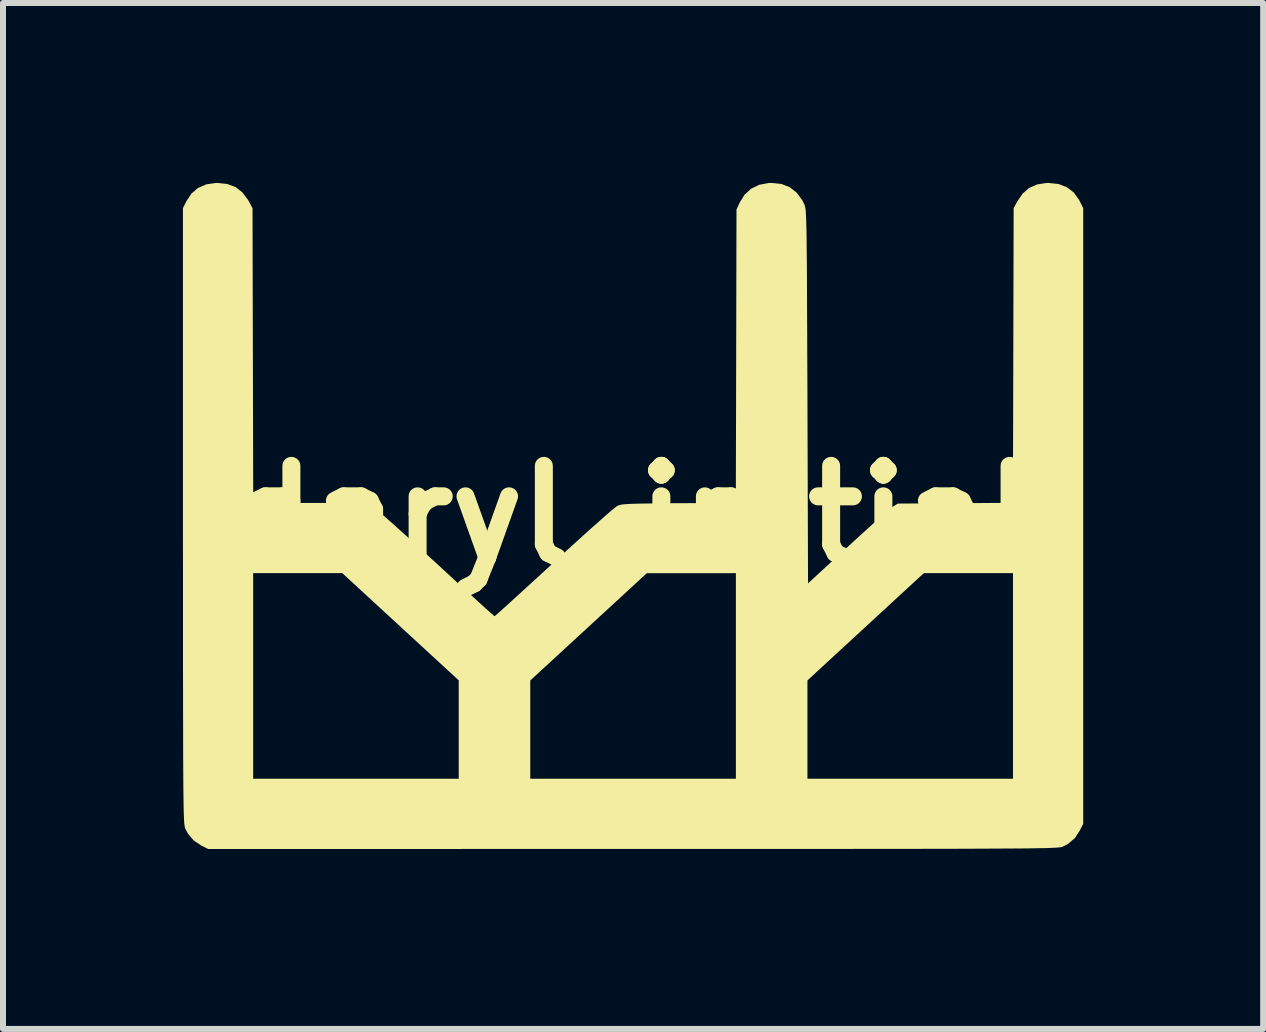
<source format=kicad_pcb>
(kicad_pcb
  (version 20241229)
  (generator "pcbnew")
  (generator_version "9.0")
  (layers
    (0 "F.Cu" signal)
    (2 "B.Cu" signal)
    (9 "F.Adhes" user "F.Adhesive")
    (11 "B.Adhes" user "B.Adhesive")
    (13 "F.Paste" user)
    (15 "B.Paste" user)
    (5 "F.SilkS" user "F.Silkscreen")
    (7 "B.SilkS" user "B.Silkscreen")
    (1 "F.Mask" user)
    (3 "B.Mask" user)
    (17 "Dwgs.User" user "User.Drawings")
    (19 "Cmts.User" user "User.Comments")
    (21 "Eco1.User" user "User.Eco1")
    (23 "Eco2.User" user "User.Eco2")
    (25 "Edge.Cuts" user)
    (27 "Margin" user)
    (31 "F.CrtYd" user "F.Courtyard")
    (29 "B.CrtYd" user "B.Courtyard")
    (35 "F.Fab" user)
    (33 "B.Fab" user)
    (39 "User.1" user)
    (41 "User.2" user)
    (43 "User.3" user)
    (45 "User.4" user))
  (footprint "daryl_initial"
    (layer "F.Cu")
    (at 7.505 5.552)
    (property "Reference" "daryl_initial" (at 0 0 0) (layer "F.SilkS") (effects (font (size 1.524 1.524) (thickness 0.3))))
    (attr board_only exclude_from_pos_files exclude_from_bom)
    (fp_poly (pts (xy 2.473 -5.535) (xy 2.612 -5.481) (xy 2.728 -5.39) (xy 2.822 -5.262) (xy 2.85 -5.206) (xy 2.857 -5.192) (xy 2.862 -5.177) (xy 2.867 -5.159) (xy 2.872 -5.136) (xy 2.876 -5.105) (xy 2.88 -5.065) (xy 2.883 -5.013) (xy 2.886 -4.947) (xy 2.888 -4.866) (xy 2.891 -4.766) (xy 2.893 -4.645) (xy 2.894 -4.502) (xy 2.896 -4.335) (xy 2.898 -4.14) (xy 2.899 -3.917) (xy 2.9 -3.662) (xy 2.901 -3.375) (xy 2.903 -3.051) (xy 2.904 -2.69) (xy 2.906 -2.29) (xy 2.907 -1.992) (xy 2.917 1.124) (xy 3.584 0.51) (xy 3.73 0.376) (xy 3.869 0.25) (xy 3.996 0.134) (xy 4.11 0.034) (xy 4.204 -0.049) (xy 4.276 -0.111) (xy 4.322 -0.148) (xy 4.332 -0.155) (xy 4.414 -0.206) (xy 5.373 -0.212) (xy 6.333 -0.219) (xy 6.339 -2.674) (xy 6.345 -5.13) (xy 6.402 -5.238) (xy 6.493 -5.372) (xy 6.602 -5.468) (xy 6.735 -5.527) (xy 6.892 -5.551) (xy 6.93 -5.552) (xy 7.094 -5.534) (xy 7.233 -5.481) (xy 7.348 -5.392) (xy 7.438 -5.267) (xy 7.449 -5.244) (xy 7.505 -5.132) (xy 7.505 5.132) (xy 7.449 5.244) (xy 7.366 5.371) (xy 7.254 5.466) (xy 7.169 5.512) (xy 7.16 5.516) (xy 7.148 5.519) (xy 7.132 5.523) (xy 7.11 5.526) (xy 7.082 5.528) (xy 7.045 5.531) (xy 6.999 5.533) (xy 6.941 5.536) (xy 6.871 5.538) (xy 6.787 5.539) (xy 6.688 5.541) (xy 6.572 5.543) (xy 6.438 5.544) (xy 6.285 5.545) (xy 6.11 5.546) (xy 5.913 5.547) (xy 5.693 5.548) (xy 5.447 5.549) (xy 5.175 5.55) (xy 4.875 5.55) (xy 4.546 5.551) (xy 4.186 5.551) (xy 3.794 5.551) (xy 3.369 5.552) (xy 2.908 5.552) (xy 2.411 5.552) (xy 1.877 5.552) (xy 1.303 5.552) (xy 0.689 5.552) (xy 0.033 5.552) (xy -0.001 5.552) (xy -7.084 5.553) (xy -7.197 5.497) (xy -7.323 5.413) (xy -7.419 5.301) (xy -7.465 5.217) (xy -7.469 5.206) (xy -7.473 5.192) (xy -7.476 5.174) (xy -7.48 5.15) (xy -7.483 5.118) (xy -7.486 5.076) (xy -7.488 5.024) (xy -7.491 4.958) (xy -7.493 4.878) (xy -7.495 4.782) (xy -7.496 4.668) (xy -7.498 4.535) (xy -7.499 4.382) (xy -6.334 4.382) (xy -2.907 4.382) (xy -1.714 4.382) (xy 1.714 4.382) (xy 2.907 4.382) (xy 6.334 4.382) (xy 6.334 0.954) (xy 4.847 0.954) (xy 2.907 2.742) (xy 2.907 4.382) (xy 1.714 4.382) (xy 1.714 0.954) (xy 0.971 0.955) (xy 0.228 0.955) (xy -1.714 2.743) (xy -1.714 4.382) (xy -2.907 4.382) (xy -2.907 2.741) (xy -3.877 1.848) (xy -4.848 0.954) (xy -6.334 0.954) (xy -6.334 4.382) (xy -7.499 4.382) (xy -7.499 4.381) (xy -7.5 4.204) (xy -7.501 4.002) (xy -7.502 3.775) (xy -7.502 3.52) (xy -7.503 3.235) (xy -7.503 2.92) (xy -7.504 2.572) (xy -7.504 2.19) (xy -7.504 1.771) (xy -7.504 1.316) (xy -7.504 0.821) (xy -7.505 0.285) (xy -7.505 -0.001) (xy -7.505 -5.132) (xy -7.449 -5.244) (xy -7.363 -5.375) (xy -7.252 -5.469) (xy -7.117 -5.528) (xy -6.957 -5.551) (xy -6.93 -5.552) (xy -6.767 -5.535) (xy -6.63 -5.484) (xy -6.515 -5.396) (xy -6.421 -5.271) (xy -6.402 -5.238) (xy -6.345 -5.13) (xy -6.339 -2.673) (xy -6.333 -0.217) (xy -5.397 -0.217) (xy -5.17 -0.217) (xy -4.983 -0.217) (xy -4.83 -0.216) (xy -4.709 -0.214) (xy -4.614 -0.212) (xy -4.541 -0.209) (xy -4.487 -0.204) (xy -4.446 -0.199) (xy -4.415 -0.191) (xy -4.39 -0.182) (xy -4.367 -0.172) (xy -4.332 -0.148) (xy -4.267 -0.096) (xy -4.175 -0.018) (xy -4.058 0.084) (xy -3.918 0.209) (xy -3.758 0.353) (xy -3.578 0.516) (xy -3.383 0.695) (xy -3.298 0.772) (xy -3.125 0.932) (xy -2.961 1.083) (xy -2.809 1.222) (xy -2.672 1.347) (xy -2.553 1.455) (xy -2.455 1.544) (xy -2.379 1.612) (xy -2.33 1.655) (xy -2.31 1.672) (xy -2.31 1.672) (xy -2.292 1.658) (xy -2.245 1.617) (xy -2.172 1.551) (xy -2.075 1.464) (xy -1.958 1.357) (xy -1.822 1.233) (xy -1.671 1.095) (xy -1.508 0.946) (xy -1.335 0.787) (xy -1.32 0.773) (xy -1.145 0.611) (xy -0.976 0.458) (xy -0.819 0.315) (xy -0.675 0.186) (xy -0.547 0.073) (xy -0.44 -0.022) (xy -0.355 -0.095) (xy -0.295 -0.144) (xy -0.264 -0.166) (xy -0.264 -0.166) (xy -0.242 -0.176) (xy -0.215 -0.184) (xy -0.179 -0.191) (xy -0.129 -0.196) (xy -0.063 -0.2) (xy 0.025 -0.203) (xy 0.138 -0.206) (xy 0.281 -0.208) (xy 0.457 -0.21) (xy 0.671 -0.212) (xy 0.764 -0.212) (xy 1.713 -0.218) (xy 1.719 -2.663) (xy 1.724 -5.108) (xy 1.776 -5.222) (xy 1.858 -5.355) (xy 1.967 -5.455) (xy 2.102 -5.521) (xy 2.26 -5.551) (xy 2.311 -5.552)) (stroke (width 0) (type solid)) (fill yes) (layer "F.SilkS")))
  (gr_rect
    (start -3 -3)
    (end 18.01 14.105)
    (stroke (width 0.1) (type default))
    (fill no)
    (layer "Edge.Cuts")))
</source>
